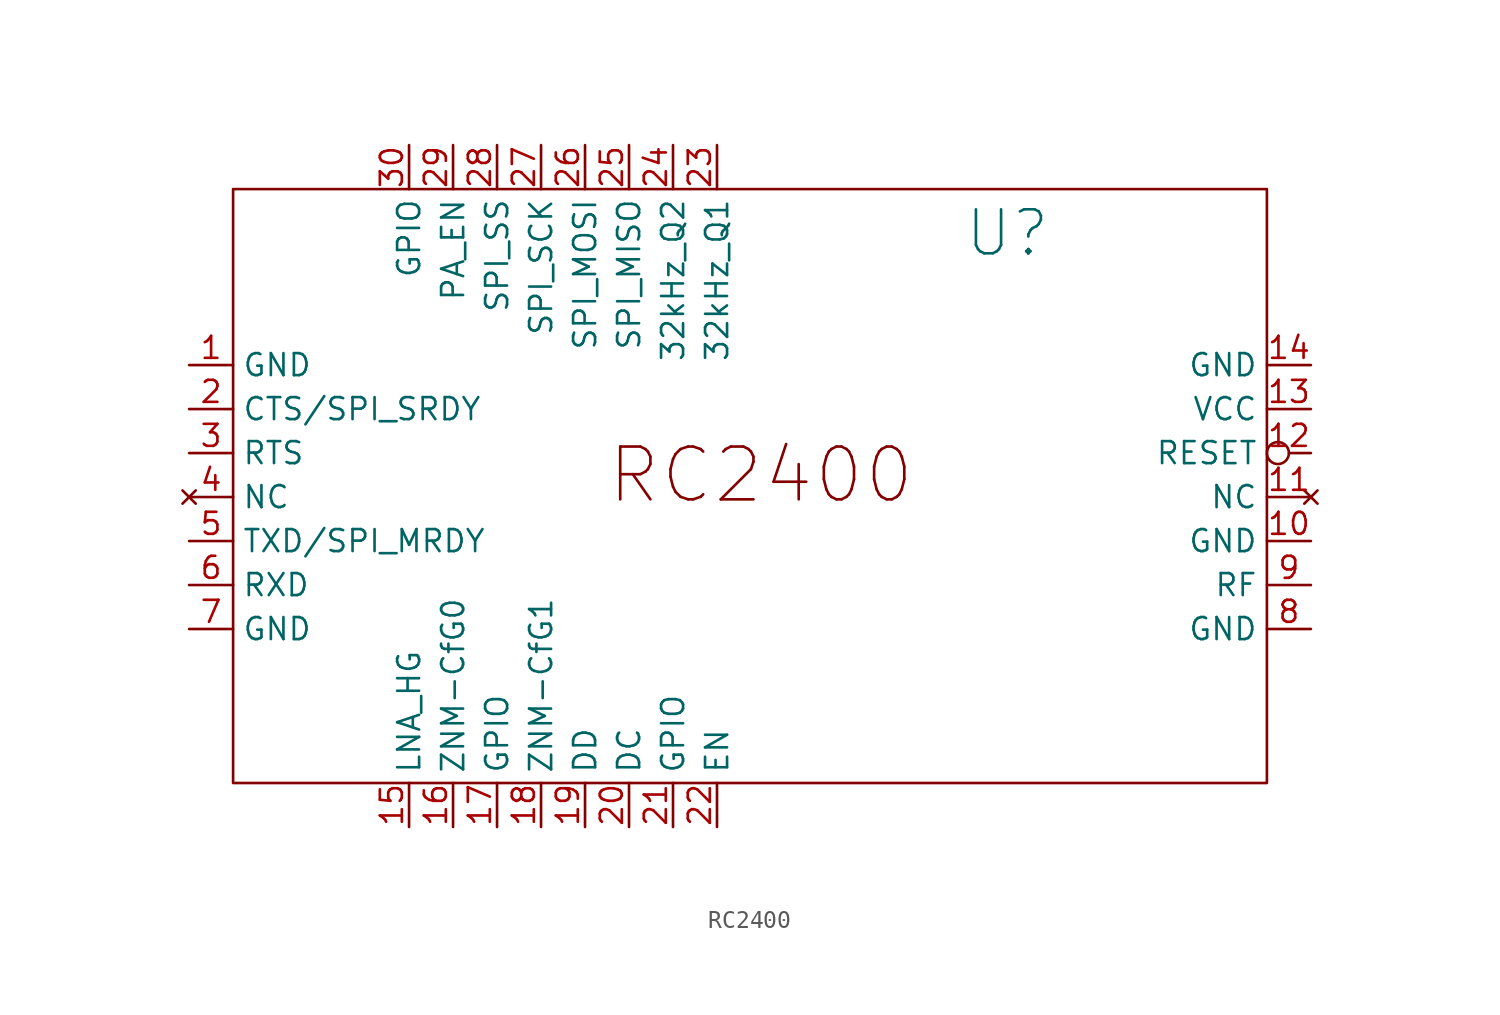
<source format=kicad_sym>
(kicad_symbol_lib
  (version 20241209)
  (generator "kicad_symbol_editor")
  (generator_version "9.0")
  (symbol "RC2400"
    (property "Reference" "U"
      (at 14.224 13.97 0)
      (effects (font (size 2.54 2.54))))
    (property "Value" ""
      (at -17.78 2.54 0)
      (effects (font (size 1.27 1.27))))
    (symbol "RC2400_0_1"
      (rectangle (start -30.48 16.51) (end 29.21 -17.78) (stroke (width 0) (type default)) (fill (type none))))
    (symbol "RC2400_1_1"
      (text "RC2400" (at 0 0 0) (effects (font (size 3.048 3.048))))
      (pin power_in line (at -33.02 6.35 0) (length 2.54) (name "GND" (effects (font (size 1.27 1.27)))) (number "1" (effects (font (size 1.27 1.27)))))
      (pin input line (at -33.02 3.81 0) (length 2.54) (name "CTS/SPI_SRDY" (effects (font (size 1.27 1.27)))) (number "2" (effects (font (size 1.27 1.27)))))
      (pin output line (at -33.02 1.27 0) (length 2.54) (name "RTS" (effects (font (size 1.27 1.27)))) (number "3" (effects (font (size 1.27 1.27)))))
      (pin no_connect line (at -33.02 -1.27 0) (length 2.54) (name "NC" (effects (font (size 1.27 1.27)))) (number "4" (effects (font (size 1.27 1.27)))))
      (pin output line (at -33.02 -3.81 0) (length 2.54) (name "TXD/SPI_MRDY" (effects (font (size 1.27 1.27)))) (number "5" (effects (font (size 1.27 1.27)))))
      (pin input line (at -33.02 -6.35 0) (length 2.54) (name "RXD" (effects (font (size 1.27 1.27)))) (number "6" (effects (font (size 1.27 1.27)))))
      (pin power_in line (at -33.02 -8.89 0) (length 2.54) (name "GND" (effects (font (size 1.27 1.27)))) (number "7" (effects (font (size 1.27 1.27)))))
      (pin bidirectional line (at -20.32 19.05 270) (length 2.54) (name "GPIO" (effects (font (size 1.27 1.27)))) (number "30" (effects (font (size 1.27 1.27)))))
      (pin input line (at -20.32 -20.32 90) (length 2.54) (name "LNA_HG" (effects (font (size 1.27 1.27)))) (number "15" (effects (font (size 1.27 1.27)))))
      (pin input line (at -17.78 19.05 270) (length 2.54) (name "PA_EN" (effects (font (size 1.27 1.27)))) (number "29" (effects (font (size 1.27 1.27)))))
      (pin input line (at -17.78 -20.32 90) (length 2.54) (name "ZNM-CfG0" (effects (font (size 1.27 1.27)))) (number "16" (effects (font (size 1.27 1.27)))))
      (pin input line (at -15.24 19.05 270) (length 2.54) (name "SPI_SS" (effects (font (size 1.27 1.27)))) (number "28" (effects (font (size 1.27 1.27)))) (alternate "SPI_SS" input line))
      (pin bidirectional line (at -15.24 -20.32 90) (length 2.54) (name "GPIO" (effects (font (size 1.27 1.27)))) (number "17" (effects (font (size 1.27 1.27)))))
      (pin input line (at -12.7 19.05 270) (length 2.54) (name "SPI_SCK" (effects (font (size 1.27 1.27)))) (number "27" (effects (font (size 1.27 1.27)))) (alternate "SPI_C" input line))
      (pin input line (at -12.7 -20.32 90) (length 2.54) (name "ZNM-CfG1" (effects (font (size 1.27 1.27)))) (number "18" (effects (font (size 1.27 1.27)))))
      (pin input line (at -10.16 19.05 270) (length 2.54) (name "SPI_MOSI" (effects (font (size 1.27 1.27)))) (number "26" (effects (font (size 1.27 1.27)))) (alternate "SPI_MO" input line))
      (pin bidirectional line (at -10.16 -20.32 90) (length 2.54) (name "DD" (effects (font (size 1.27 1.27)))) (number "19" (effects (font (size 1.27 1.27)))))
      (pin output line (at -7.62 19.05 270) (length 2.54) (name "SPI_MISO" (effects (font (size 1.27 1.27)))) (number "25" (effects (font (size 1.27 1.27)))) (alternate "SPI_MI" output line))
      (pin input line (at -7.62 -20.32 90) (length 2.54) (name "DC" (effects (font (size 1.27 1.27)))) (number "20" (effects (font (size 1.27 1.27)))))
      (pin input line (at -5.08 19.05 270) (length 2.54) (name "32kHz_Q2" (effects (font (size 1.27 1.27)))) (number "24" (effects (font (size 1.27 1.27)))))
      (pin bidirectional line (at -5.08 -20.32 90) (length 2.54) (name "GPIO" (effects (font (size 1.27 1.27)))) (number "21" (effects (font (size 1.27 1.27)))))
      (pin input line (at -2.54 19.05 270) (length 2.54) (name "32kHz_Q1" (effects (font (size 1.27 1.27)))) (number "23" (effects (font (size 1.27 1.27)))))
      (pin input line (at -2.54 -20.32 90) (length 2.54) (name "EN" (effects (font (size 1.27 1.27)))) (number "22" (effects (font (size 1.27 1.27)))))
      (pin power_in line (at 31.75 6.35 180) (length 2.54) (name "GND" (effects (font (size 1.27 1.27)))) (number "14" (effects (font (size 1.27 1.27)))))
      (pin power_in line (at 31.75 3.81 180) (length 2.54) (name "VCC" (effects (font (size 1.27 1.27)))) (number "13" (effects (font (size 1.27 1.27)))))
      (pin input inverted (at 31.75 1.27 180) (length 2.54) (name "RESET" (effects (font (size 1.27 1.27)))) (number "12" (effects (font (size 1.27 1.27)))))
      (pin no_connect line (at 31.75 -1.27 180) (length 2.54) (name "NC" (effects (font (size 1.27 1.27)))) (number "11" (effects (font (size 1.27 1.27)))))
      (pin power_in line (at 31.75 -3.81 180) (length 2.54) (name "GND" (effects (font (size 1.27 1.27)))) (number "10" (effects (font (size 1.27 1.27)))))
      (pin output line (at 31.75 -6.35 180) (length 2.54) (name "RF" (effects (font (size 1.27 1.27)))) (number "9" (effects (font (size 1.27 1.27)))))
      (pin power_in line (at 31.75 -8.89 180) (length 2.54) (name "GND" (effects (font (size 1.27 1.27)))) (number "8" (effects (font (size 1.27 1.27))))))))
</source>
